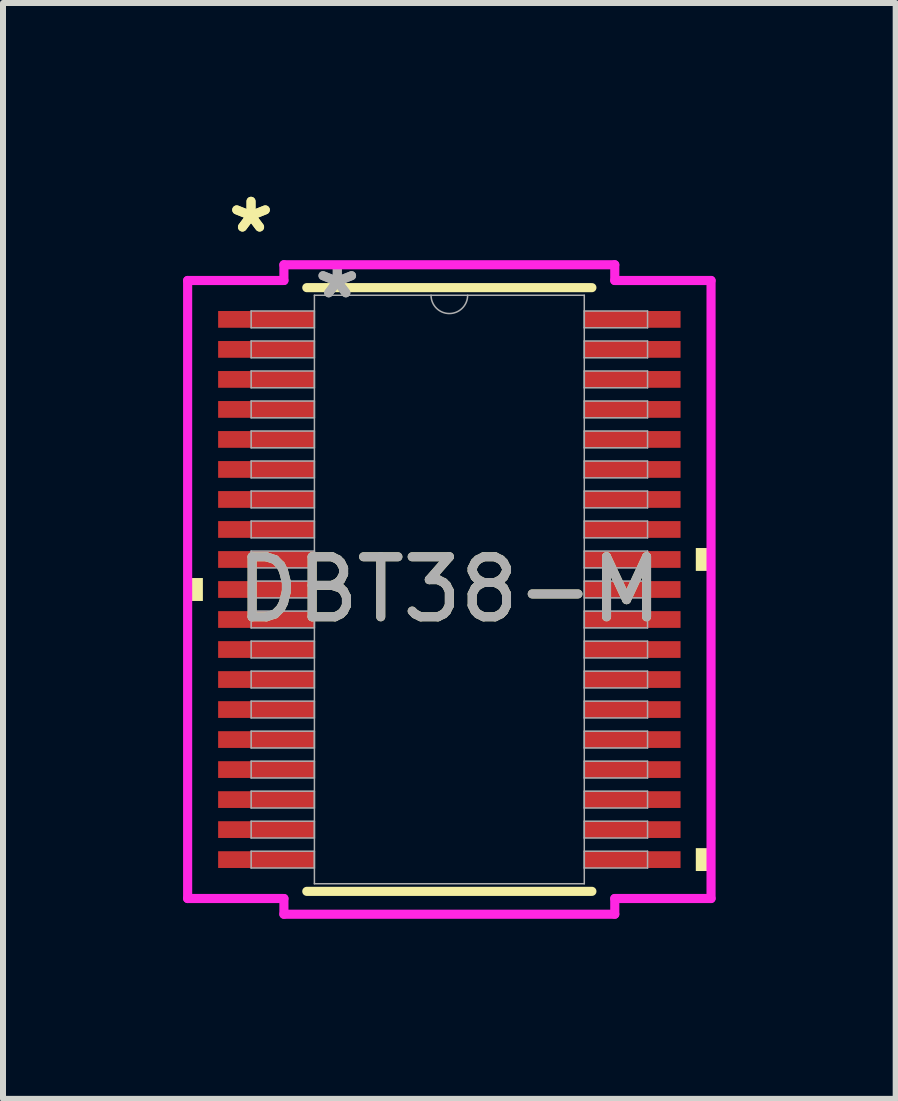
<source format=kicad_pcb>
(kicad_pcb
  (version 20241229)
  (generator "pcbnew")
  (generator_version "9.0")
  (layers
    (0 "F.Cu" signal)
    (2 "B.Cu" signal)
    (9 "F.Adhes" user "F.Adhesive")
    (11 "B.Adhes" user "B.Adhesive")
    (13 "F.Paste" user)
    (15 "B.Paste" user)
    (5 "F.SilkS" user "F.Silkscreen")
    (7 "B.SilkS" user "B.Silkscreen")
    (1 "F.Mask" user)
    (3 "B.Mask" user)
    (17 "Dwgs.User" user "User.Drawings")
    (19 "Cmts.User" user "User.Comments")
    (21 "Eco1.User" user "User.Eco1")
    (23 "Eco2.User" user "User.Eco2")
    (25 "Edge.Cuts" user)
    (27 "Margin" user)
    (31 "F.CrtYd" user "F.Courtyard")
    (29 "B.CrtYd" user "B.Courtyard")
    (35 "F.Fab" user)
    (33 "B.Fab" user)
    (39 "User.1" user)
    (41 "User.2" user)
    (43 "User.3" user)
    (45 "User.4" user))
  (footprint "DBT38-M"
    (layer "F.Cu")
    (at 4.436 6.771)
    (property "Reference" "DBT38-M" (at 0 0 0) (unlocked yes) (layer "F.SilkS") (effects (font (size 1 1) (thickness 0.15))))
    (attr smd)
    (fp_line (start -2.375 5.029) (end 2.375 5.029) (stroke (width 0.152) (type solid)) (layer "F.SilkS"))
    (fp_line (start 2.375 -5.029) (end -2.375 -5.029) (stroke (width 0.152) (type solid)) (layer "F.SilkS"))
    (fp_poly (pts (xy -4.36 -0.191) (xy -4.36 0.191) (xy -4.106 0.191) (xy -4.106 -0.191)) (stroke (width 0) (type solid)) (fill yes) (layer "F.SilkS"))
    (fp_poly (pts (xy 4.36 -0.691) (xy 4.36 -0.31) (xy 4.106 -0.31) (xy 4.106 -0.691)) (stroke (width 0) (type solid)) (fill yes) (layer "F.SilkS"))
    (fp_poly (pts (xy 4.36 4.309) (xy 4.36 4.69) (xy 4.106 4.69) (xy 4.106 4.309)) (stroke (width 0) (type solid)) (fill yes) (layer "F.SilkS"))
    (fp_line (start -4.36 -5.148) (end -2.756 -5.148) (stroke (width 0.152) (type solid)) (layer "F.CrtYd"))
    (fp_line (start -4.36 5.148) (end -4.36 -5.148) (stroke (width 0.152) (type solid)) (layer "F.CrtYd"))
    (fp_line (start -4.36 5.148) (end -2.756 5.148) (stroke (width 0.152) (type solid)) (layer "F.CrtYd"))
    (fp_line (start -2.756 -5.41) (end 2.756 -5.41) (stroke (width 0.152) (type solid)) (layer "F.CrtYd"))
    (fp_line (start -2.756 -5.148) (end -2.756 -5.41) (stroke (width 0.152) (type solid)) (layer "F.CrtYd"))
    (fp_line (start -2.756 5.41) (end -2.756 5.148) (stroke (width 0.152) (type solid)) (layer "F.CrtYd"))
    (fp_line (start 2.756 -5.41) (end 2.756 -5.148) (stroke (width 0.152) (type solid)) (layer "F.CrtYd"))
    (fp_line (start 2.756 5.148) (end 2.756 5.41) (stroke (width 0.152) (type solid)) (layer "F.CrtYd"))
    (fp_line (start 2.756 5.41) (end -2.756 5.41) (stroke (width 0.152) (type solid)) (layer "F.CrtYd"))
    (fp_line (start 4.36 -5.148) (end 2.756 -5.148) (stroke (width 0.152) (type solid)) (layer "F.CrtYd"))
    (fp_line (start 4.36 -5.148) (end 4.36 5.148) (stroke (width 0.152) (type solid)) (layer "F.CrtYd"))
    (fp_line (start 4.36 5.148) (end 2.756 5.148) (stroke (width 0.152) (type solid)) (layer "F.CrtYd"))
    (fp_line (start -3.302 -4.64) (end -3.302 -4.36) (stroke (width 0.025) (type solid)) (layer "F.Fab"))
    (fp_line (start -3.302 -4.36) (end -2.248 -4.36) (stroke (width 0.025) (type solid)) (layer "F.Fab"))
    (fp_line (start -3.302 -4.14) (end -3.302 -3.86) (stroke (width 0.025) (type solid)) (layer "F.Fab"))
    (fp_line (start -3.302 -3.86) (end -2.248 -3.86) (stroke (width 0.025) (type solid)) (layer "F.Fab"))
    (fp_line (start -3.302 -3.64) (end -3.302 -3.36) (stroke (width 0.025) (type solid)) (layer "F.Fab"))
    (fp_line (start -3.302 -3.36) (end -2.248 -3.36) (stroke (width 0.025) (type solid)) (layer "F.Fab"))
    (fp_line (start -3.302 -3.14) (end -3.302 -2.86) (stroke (width 0.025) (type solid)) (layer "F.Fab"))
    (fp_line (start -3.302 -2.86) (end -2.248 -2.86) (stroke (width 0.025) (type solid)) (layer "F.Fab"))
    (fp_line (start -3.302 -2.64) (end -3.302 -2.36) (stroke (width 0.025) (type solid)) (layer "F.Fab"))
    (fp_line (start -3.302 -2.36) (end -2.248 -2.36) (stroke (width 0.025) (type solid)) (layer "F.Fab"))
    (fp_line (start -3.302 -2.14) (end -3.302 -1.86) (stroke (width 0.025) (type solid)) (layer "F.Fab"))
    (fp_line (start -3.302 -1.86) (end -2.248 -1.86) (stroke (width 0.025) (type solid)) (layer "F.Fab"))
    (fp_line (start -3.302 -1.64) (end -3.302 -1.36) (stroke (width 0.025) (type solid)) (layer "F.Fab"))
    (fp_line (start -3.302 -1.36) (end -2.248 -1.36) (stroke (width 0.025) (type solid)) (layer "F.Fab"))
    (fp_line (start -3.302 -1.14) (end -3.302 -0.86) (stroke (width 0.025) (type solid)) (layer "F.Fab"))
    (fp_line (start -3.302 -0.86) (end -2.248 -0.86) (stroke (width 0.025) (type solid)) (layer "F.Fab"))
    (fp_line (start -3.302 -0.64) (end -3.302 -0.36) (stroke (width 0.025) (type solid)) (layer "F.Fab"))
    (fp_line (start -3.302 -0.36) (end -2.248 -0.36) (stroke (width 0.025) (type solid)) (layer "F.Fab"))
    (fp_line (start -3.302 -0.14) (end -3.302 0.14) (stroke (width 0.025) (type solid)) (layer "F.Fab"))
    (fp_line (start -3.302 0.14) (end -2.248 0.14) (stroke (width 0.025) (type solid)) (layer "F.Fab"))
    (fp_line (start -3.302 0.36) (end -3.302 0.64) (stroke (width 0.025) (type solid)) (layer "F.Fab"))
    (fp_line (start -3.302 0.64) (end -2.248 0.64) (stroke (width 0.025) (type solid)) (layer "F.Fab"))
    (fp_line (start -3.302 0.86) (end -3.302 1.14) (stroke (width 0.025) (type solid)) (layer "F.Fab"))
    (fp_line (start -3.302 1.14) (end -2.248 1.14) (stroke (width 0.025) (type solid)) (layer "F.Fab"))
    (fp_line (start -3.302 1.36) (end -3.302 1.64) (stroke (width 0.025) (type solid)) (layer "F.Fab"))
    (fp_line (start -3.302 1.64) (end -2.248 1.64) (stroke (width 0.025) (type solid)) (layer "F.Fab"))
    (fp_line (start -3.302 1.86) (end -3.302 2.14) (stroke (width 0.025) (type solid)) (layer "F.Fab"))
    (fp_line (start -3.302 2.14) (end -2.248 2.14) (stroke (width 0.025) (type solid)) (layer "F.Fab"))
    (fp_line (start -3.302 2.36) (end -3.302 2.64) (stroke (width 0.025) (type solid)) (layer "F.Fab"))
    (fp_line (start -3.302 2.64) (end -2.248 2.64) (stroke (width 0.025) (type solid)) (layer "F.Fab"))
    (fp_line (start -3.302 2.86) (end -3.302 3.14) (stroke (width 0.025) (type solid)) (layer "F.Fab"))
    (fp_line (start -3.302 3.14) (end -2.248 3.14) (stroke (width 0.025) (type solid)) (layer "F.Fab"))
    (fp_line (start -3.302 3.36) (end -3.302 3.64) (stroke (width 0.025) (type solid)) (layer "F.Fab"))
    (fp_line (start -3.302 3.64) (end -2.248 3.64) (stroke (width 0.025) (type solid)) (layer "F.Fab"))
    (fp_line (start -3.302 3.86) (end -3.302 4.14) (stroke (width 0.025) (type solid)) (layer "F.Fab"))
    (fp_line (start -3.302 4.14) (end -2.248 4.14) (stroke (width 0.025) (type solid)) (layer "F.Fab"))
    (fp_line (start -3.302 4.36) (end -3.302 4.64) (stroke (width 0.025) (type solid)) (layer "F.Fab"))
    (fp_line (start -3.302 4.64) (end -2.248 4.64) (stroke (width 0.025) (type solid)) (layer "F.Fab"))
    (fp_line (start -2.248 -4.902) (end -2.248 4.902) (stroke (width 0.025) (type solid)) (layer "F.Fab"))
    (fp_line (start -2.248 -4.64) (end -3.302 -4.64) (stroke (width 0.025) (type solid)) (layer "F.Fab"))
    (fp_line (start -2.248 -4.36) (end -2.248 -4.64) (stroke (width 0.025) (type solid)) (layer "F.Fab"))
    (fp_line (start -2.248 -4.14) (end -3.302 -4.14) (stroke (width 0.025) (type solid)) (layer "F.Fab"))
    (fp_line (start -2.248 -3.86) (end -2.248 -4.14) (stroke (width 0.025) (type solid)) (layer "F.Fab"))
    (fp_line (start -2.248 -3.64) (end -3.302 -3.64) (stroke (width 0.025) (type solid)) (layer "F.Fab"))
    (fp_line (start -2.248 -3.36) (end -2.248 -3.64) (stroke (width 0.025) (type solid)) (layer "F.Fab"))
    (fp_line (start -2.248 -3.14) (end -3.302 -3.14) (stroke (width 0.025) (type solid)) (layer "F.Fab"))
    (fp_line (start -2.248 -2.86) (end -2.248 -3.14) (stroke (width 0.025) (type solid)) (layer "F.Fab"))
    (fp_line (start -2.248 -2.64) (end -3.302 -2.64) (stroke (width 0.025) (type solid)) (layer "F.Fab"))
    (fp_line (start -2.248 -2.36) (end -2.248 -2.64) (stroke (width 0.025) (type solid)) (layer "F.Fab"))
    (fp_line (start -2.248 -2.14) (end -3.302 -2.14) (stroke (width 0.025) (type solid)) (layer "F.Fab"))
    (fp_line (start -2.248 -1.86) (end -2.248 -2.14) (stroke (width 0.025) (type solid)) (layer "F.Fab"))
    (fp_line (start -2.248 -1.64) (end -3.302 -1.64) (stroke (width 0.025) (type solid)) (layer "F.Fab"))
    (fp_line (start -2.248 -1.36) (end -2.248 -1.64) (stroke (width 0.025) (type solid)) (layer "F.Fab"))
    (fp_line (start -2.248 -1.14) (end -3.302 -1.14) (stroke (width 0.025) (type solid)) (layer "F.Fab"))
    (fp_line (start -2.248 -0.86) (end -2.248 -1.14) (stroke (width 0.025) (type solid)) (layer "F.Fab"))
    (fp_line (start -2.248 -0.64) (end -3.302 -0.64) (stroke (width 0.025) (type solid)) (layer "F.Fab"))
    (fp_line (start -2.248 -0.36) (end -2.248 -0.64) (stroke (width 0.025) (type solid)) (layer "F.Fab"))
    (fp_line (start -2.248 -0.14) (end -3.302 -0.14) (stroke (width 0.025) (type solid)) (layer "F.Fab"))
    (fp_line (start -2.248 0.14) (end -2.248 -0.14) (stroke (width 0.025) (type solid)) (layer "F.Fab"))
    (fp_line (start -2.248 0.36) (end -3.302 0.36) (stroke (width 0.025) (type solid)) (layer "F.Fab"))
    (fp_line (start -2.248 0.64) (end -2.248 0.36) (stroke (width 0.025) (type solid)) (layer "F.Fab"))
    (fp_line (start -2.248 0.86) (end -3.302 0.86) (stroke (width 0.025) (type solid)) (layer "F.Fab"))
    (fp_line (start -2.248 1.14) (end -2.248 0.86) (stroke (width 0.025) (type solid)) (layer "F.Fab"))
    (fp_line (start -2.248 1.36) (end -3.302 1.36) (stroke (width 0.025) (type solid)) (layer "F.Fab"))
    (fp_line (start -2.248 1.64) (end -2.248 1.36) (stroke (width 0.025) (type solid)) (layer "F.Fab"))
    (fp_line (start -2.248 1.86) (end -3.302 1.86) (stroke (width 0.025) (type solid)) (layer "F.Fab"))
    (fp_line (start -2.248 2.14) (end -2.248 1.86) (stroke (width 0.025) (type solid)) (layer "F.Fab"))
    (fp_line (start -2.248 2.36) (end -3.302 2.36) (stroke (width 0.025) (type solid)) (layer "F.Fab"))
    (fp_line (start -2.248 2.64) (end -2.248 2.36) (stroke (width 0.025) (type solid)) (layer "F.Fab"))
    (fp_line (start -2.248 2.86) (end -3.302 2.86) (stroke (width 0.025) (type solid)) (layer "F.Fab"))
    (fp_line (start -2.248 3.14) (end -2.248 2.86) (stroke (width 0.025) (type solid)) (layer "F.Fab"))
    (fp_line (start -2.248 3.36) (end -3.302 3.36) (stroke (width 0.025) (type solid)) (layer "F.Fab"))
    (fp_line (start -2.248 3.64) (end -2.248 3.36) (stroke (width 0.025) (type solid)) (layer "F.Fab"))
    (fp_line (start -2.248 3.86) (end -3.302 3.86) (stroke (width 0.025) (type solid)) (layer "F.Fab"))
    (fp_line (start -2.248 4.14) (end -2.248 3.86) (stroke (width 0.025) (type solid)) (layer "F.Fab"))
    (fp_line (start -2.248 4.36) (end -3.302 4.36) (stroke (width 0.025) (type solid)) (layer "F.Fab"))
    (fp_line (start -2.248 4.64) (end -2.248 4.36) (stroke (width 0.025) (type solid)) (layer "F.Fab"))
    (fp_line (start -2.248 4.902) (end 2.248 4.902) (stroke (width 0.025) (type solid)) (layer "F.Fab"))
    (fp_line (start 2.248 -4.902) (end -2.248 -4.902) (stroke (width 0.025) (type solid)) (layer "F.Fab"))
    (fp_line (start 2.248 -4.64) (end 2.248 -4.36) (stroke (width 0.025) (type solid)) (layer "F.Fab"))
    (fp_line (start 2.248 -4.36) (end 3.302 -4.36) (stroke (width 0.025) (type solid)) (layer "F.Fab"))
    (fp_line (start 2.248 -4.14) (end 2.248 -3.86) (stroke (width 0.025) (type solid)) (layer "F.Fab"))
    (fp_line (start 2.248 -3.86) (end 3.302 -3.86) (stroke (width 0.025) (type solid)) (layer "F.Fab"))
    (fp_line (start 2.248 -3.64) (end 2.248 -3.36) (stroke (width 0.025) (type solid)) (layer "F.Fab"))
    (fp_line (start 2.248 -3.36) (end 3.302 -3.36) (stroke (width 0.025) (type solid)) (layer "F.Fab"))
    (fp_line (start 2.248 -3.14) (end 2.248 -2.86) (stroke (width 0.025) (type solid)) (layer "F.Fab"))
    (fp_line (start 2.248 -2.86) (end 3.302 -2.86) (stroke (width 0.025) (type solid)) (layer "F.Fab"))
    (fp_line (start 2.248 -2.64) (end 2.248 -2.36) (stroke (width 0.025) (type solid)) (layer "F.Fab"))
    (fp_line (start 2.248 -2.36) (end 3.302 -2.36) (stroke (width 0.025) (type solid)) (layer "F.Fab"))
    (fp_line (start 2.248 -2.14) (end 2.248 -1.86) (stroke (width 0.025) (type solid)) (layer "F.Fab"))
    (fp_line (start 2.248 -1.86) (end 3.302 -1.86) (stroke (width 0.025) (type solid)) (layer "F.Fab"))
    (fp_line (start 2.248 -1.64) (end 2.248 -1.36) (stroke (width 0.025) (type solid)) (layer "F.Fab"))
    (fp_line (start 2.248 -1.36) (end 3.302 -1.36) (stroke (width 0.025) (type solid)) (layer "F.Fab"))
    (fp_line (start 2.248 -1.14) (end 2.248 -0.86) (stroke (width 0.025) (type solid)) (layer "F.Fab"))
    (fp_line (start 2.248 -0.86) (end 3.302 -0.86) (stroke (width 0.025) (type solid)) (layer "F.Fab"))
    (fp_line (start 2.248 -0.64) (end 2.248 -0.36) (stroke (width 0.025) (type solid)) (layer "F.Fab"))
    (fp_line (start 2.248 -0.36) (end 3.302 -0.36) (stroke (width 0.025) (type solid)) (layer "F.Fab"))
    (fp_line (start 2.248 -0.14) (end 2.248 0.14) (stroke (width 0.025) (type solid)) (layer "F.Fab"))
    (fp_line (start 2.248 0.14) (end 3.302 0.14) (stroke (width 0.025) (type solid)) (layer "F.Fab"))
    (fp_line (start 2.248 0.36) (end 2.248 0.64) (stroke (width 0.025) (type solid)) (layer "F.Fab"))
    (fp_line (start 2.248 0.64) (end 3.302 0.64) (stroke (width 0.025) (type solid)) (layer "F.Fab"))
    (fp_line (start 2.248 0.86) (end 2.248 1.14) (stroke (width 0.025) (type solid)) (layer "F.Fab"))
    (fp_line (start 2.248 1.14) (end 3.302 1.14) (stroke (width 0.025) (type solid)) (layer "F.Fab"))
    (fp_line (start 2.248 1.36) (end 2.248 1.64) (stroke (width 0.025) (type solid)) (layer "F.Fab"))
    (fp_line (start 2.248 1.64) (end 3.302 1.64) (stroke (width 0.025) (type solid)) (layer "F.Fab"))
    (fp_line (start 2.248 1.86) (end 2.248 2.14) (stroke (width 0.025) (type solid)) (layer "F.Fab"))
    (fp_line (start 2.248 2.14) (end 3.302 2.14) (stroke (width 0.025) (type solid)) (layer "F.Fab"))
    (fp_line (start 2.248 2.36) (end 2.248 2.64) (stroke (width 0.025) (type solid)) (layer "F.Fab"))
    (fp_line (start 2.248 2.64) (end 3.302 2.64) (stroke (width 0.025) (type solid)) (layer "F.Fab"))
    (fp_line (start 2.248 2.86) (end 2.248 3.14) (stroke (width 0.025) (type solid)) (layer "F.Fab"))
    (fp_line (start 2.248 3.14) (end 3.302 3.14) (stroke (width 0.025) (type solid)) (layer "F.Fab"))
    (fp_line (start 2.248 3.36) (end 2.248 3.64) (stroke (width 0.025) (type solid)) (layer "F.Fab"))
    (fp_line (start 2.248 3.64) (end 3.302 3.64) (stroke (width 0.025) (type solid)) (layer "F.Fab"))
    (fp_line (start 2.248 3.86) (end 2.248 4.14) (stroke (width 0.025) (type solid)) (layer "F.Fab"))
    (fp_line (start 2.248 4.14) (end 3.302 4.14) (stroke (width 0.025) (type solid)) (layer "F.Fab"))
    (fp_line (start 2.248 4.36) (end 2.248 4.64) (stroke (width 0.025) (type solid)) (layer "F.Fab"))
    (fp_line (start 2.248 4.64) (end 3.302 4.64) (stroke (width 0.025) (type solid)) (layer "F.Fab"))
    (fp_line (start 2.248 4.902) (end 2.248 -4.902) (stroke (width 0.025) (type solid)) (layer "F.Fab"))
    (fp_line (start 3.302 -4.64) (end 2.248 -4.64) (stroke (width 0.025) (type solid)) (layer "F.Fab"))
    (fp_line (start 3.302 -4.36) (end 3.302 -4.64) (stroke (width 0.025) (type solid)) (layer "F.Fab"))
    (fp_line (start 3.302 -4.14) (end 2.248 -4.14) (stroke (width 0.025) (type solid)) (layer "F.Fab"))
    (fp_line (start 3.302 -3.86) (end 3.302 -4.14) (stroke (width 0.025) (type solid)) (layer "F.Fab"))
    (fp_line (start 3.302 -3.64) (end 2.248 -3.64) (stroke (width 0.025) (type solid)) (layer "F.Fab"))
    (fp_line (start 3.302 -3.36) (end 3.302 -3.64) (stroke (width 0.025) (type solid)) (layer "F.Fab"))
    (fp_line (start 3.302 -3.14) (end 2.248 -3.14) (stroke (width 0.025) (type solid)) (layer "F.Fab"))
    (fp_line (start 3.302 -2.86) (end 3.302 -3.14) (stroke (width 0.025) (type solid)) (layer "F.Fab"))
    (fp_line (start 3.302 -2.64) (end 2.248 -2.64) (stroke (width 0.025) (type solid)) (layer "F.Fab"))
    (fp_line (start 3.302 -2.36) (end 3.302 -2.64) (stroke (width 0.025) (type solid)) (layer "F.Fab"))
    (fp_line (start 3.302 -2.14) (end 2.248 -2.14) (stroke (width 0.025) (type solid)) (layer "F.Fab"))
    (fp_line (start 3.302 -1.86) (end 3.302 -2.14) (stroke (width 0.025) (type solid)) (layer "F.Fab"))
    (fp_line (start 3.302 -1.64) (end 2.248 -1.64) (stroke (width 0.025) (type solid)) (layer "F.Fab"))
    (fp_line (start 3.302 -1.36) (end 3.302 -1.64) (stroke (width 0.025) (type solid)) (layer "F.Fab"))
    (fp_line (start 3.302 -1.14) (end 2.248 -1.14) (stroke (width 0.025) (type solid)) (layer "F.Fab"))
    (fp_line (start 3.302 -0.86) (end 3.302 -1.14) (stroke (width 0.025) (type solid)) (layer "F.Fab"))
    (fp_line (start 3.302 -0.64) (end 2.248 -0.64) (stroke (width 0.025) (type solid)) (layer "F.Fab"))
    (fp_line (start 3.302 -0.36) (end 3.302 -0.64) (stroke (width 0.025) (type solid)) (layer "F.Fab"))
    (fp_line (start 3.302 -0.14) (end 2.248 -0.14) (stroke (width 0.025) (type solid)) (layer "F.Fab"))
    (fp_line (start 3.302 0.14) (end 3.302 -0.14) (stroke (width 0.025) (type solid)) (layer "F.Fab"))
    (fp_line (start 3.302 0.36) (end 2.248 0.36) (stroke (width 0.025) (type solid)) (layer "F.Fab"))
    (fp_line (start 3.302 0.64) (end 3.302 0.36) (stroke (width 0.025) (type solid)) (layer "F.Fab"))
    (fp_line (start 3.302 0.86) (end 2.248 0.86) (stroke (width 0.025) (type solid)) (layer "F.Fab"))
    (fp_line (start 3.302 1.14) (end 3.302 0.86) (stroke (width 0.025) (type solid)) (layer "F.Fab"))
    (fp_line (start 3.302 1.36) (end 2.248 1.36) (stroke (width 0.025) (type solid)) (layer "F.Fab"))
    (fp_line (start 3.302 1.64) (end 3.302 1.36) (stroke (width 0.025) (type solid)) (layer "F.Fab"))
    (fp_line (start 3.302 1.86) (end 2.248 1.86) (stroke (width 0.025) (type solid)) (layer "F.Fab"))
    (fp_line (start 3.302 2.14) (end 3.302 1.86) (stroke (width 0.025) (type solid)) (layer "F.Fab"))
    (fp_line (start 3.302 2.36) (end 2.248 2.36) (stroke (width 0.025) (type solid)) (layer "F.Fab"))
    (fp_line (start 3.302 2.64) (end 3.302 2.36) (stroke (width 0.025) (type solid)) (layer "F.Fab"))
    (fp_line (start 3.302 2.86) (end 2.248 2.86) (stroke (width 0.025) (type solid)) (layer "F.Fab"))
    (fp_line (start 3.302 3.14) (end 3.302 2.86) (stroke (width 0.025) (type solid)) (layer "F.Fab"))
    (fp_line (start 3.302 3.36) (end 2.248 3.36) (stroke (width 0.025) (type solid)) (layer "F.Fab"))
    (fp_line (start 3.302 3.64) (end 3.302 3.36) (stroke (width 0.025) (type solid)) (layer "F.Fab"))
    (fp_line (start 3.302 3.86) (end 2.248 3.86) (stroke (width 0.025) (type solid)) (layer "F.Fab"))
    (fp_line (start 3.302 4.14) (end 3.302 3.86) (stroke (width 0.025) (type solid)) (layer "F.Fab"))
    (fp_line (start 3.302 4.36) (end 2.248 4.36) (stroke (width 0.025) (type solid)) (layer "F.Fab"))
    (fp_line (start 3.302 4.64) (end 3.302 4.36) (stroke (width 0.025) (type solid)) (layer "F.Fab"))
    (fp_arc (start 0.3048 -4.9022) (mid 0 -4.5974) (end -0.3048 -4.9022) (stroke (width 0.0254) (type solid)) (layer "F.Fab"))
    (fp_text user "*" (at -3.304 -5.922 0) (layer "F.SilkS") (effects (font (size 1 1) (thickness 0.15))))
    (fp_text user "*" (at -3.304 -5.922 0) (unlocked yes) (layer "F.SilkS") (effects (font (size 1 1) (thickness 0.15))))
    (fp_text user "*" (at -1.867 -4.826 0) (layer "F.Fab") (effects (font (size 1 1) (thickness 0.15))))
    (fp_text user "*" (at -1.867 -4.826 0) (unlocked yes) (layer "F.Fab") (effects (font (size 1 1) (thickness 0.15))))
    (fp_text user "${REFERENCE}" (at 0 0 0) (unlocked yes) (layer "F.Fab") (effects (font (size 1 1) (thickness 0.15))))
    (pad "1" smd rect (at -3.05 -4.5) (size 1.604 0.279) (layers "F.Cu" "F.Mask" "F.Paste"))
    (pad "2" smd rect (at -3.05 -4) (size 1.604 0.279) (layers "F.Cu" "F.Mask" "F.Paste"))
    (pad "3" smd rect (at -3.05 -3.5) (size 1.604 0.279) (layers "F.Cu" "F.Mask" "F.Paste"))
    (pad "4" smd rect (at -3.05 -3) (size 1.604 0.279) (layers "F.Cu" "F.Mask" "F.Paste"))
    (pad "5" smd rect (at -3.05 -2.5) (size 1.604 0.279) (layers "F.Cu" "F.Mask" "F.Paste"))
    (pad "6" smd rect (at -3.05 -2) (size 1.604 0.279) (layers "F.Cu" "F.Mask" "F.Paste"))
    (pad "7" smd rect (at -3.05 -1.5) (size 1.604 0.279) (layers "F.Cu" "F.Mask" "F.Paste"))
    (pad "8" smd rect (at -3.05 -1) (size 1.604 0.279) (layers "F.Cu" "F.Mask" "F.Paste"))
    (pad "9" smd rect (at -3.05 -0.5) (size 1.604 0.279) (layers "F.Cu" "F.Mask" "F.Paste"))
    (pad "10" smd rect (at -3.05 0) (size 1.604 0.279) (layers "F.Cu" "F.Mask" "F.Paste"))
    (pad "11" smd rect (at -3.05 0.5) (size 1.604 0.279) (layers "F.Cu" "F.Mask" "F.Paste"))
    (pad "12" smd rect (at -3.05 1) (size 1.604 0.279) (layers "F.Cu" "F.Mask" "F.Paste"))
    (pad "13" smd rect (at -3.05 1.5) (size 1.604 0.279) (layers "F.Cu" "F.Mask" "F.Paste"))
    (pad "14" smd rect (at -3.05 2) (size 1.604 0.279) (layers "F.Cu" "F.Mask" "F.Paste"))
    (pad "15" smd rect (at -3.05 2.5) (size 1.604 0.279) (layers "F.Cu" "F.Mask" "F.Paste"))
    (pad "16" smd rect (at -3.05 3) (size 1.604 0.279) (layers "F.Cu" "F.Mask" "F.Paste"))
    (pad "17" smd rect (at -3.05 3.5) (size 1.604 0.279) (layers "F.Cu" "F.Mask" "F.Paste"))
    (pad "18" smd rect (at -3.05 4) (size 1.604 0.279) (layers "F.Cu" "F.Mask" "F.Paste"))
    (pad "19" smd rect (at -3.05 4.5) (size 1.604 0.279) (layers "F.Cu" "F.Mask" "F.Paste"))
    (pad "20" smd rect (at 3.05 4.5) (size 1.604 0.279) (layers "F.Cu" "F.Mask" "F.Paste"))
    (pad "21" smd rect (at 3.05 4) (size 1.604 0.279) (layers "F.Cu" "F.Mask" "F.Paste"))
    (pad "22" smd rect (at 3.05 3.5) (size 1.604 0.279) (layers "F.Cu" "F.Mask" "F.Paste"))
    (pad "23" smd rect (at 3.05 3) (size 1.604 0.279) (layers "F.Cu" "F.Mask" "F.Paste"))
    (pad "24" smd rect (at 3.05 2.5) (size 1.604 0.279) (layers "F.Cu" "F.Mask" "F.Paste"))
    (pad "25" smd rect (at 3.05 2) (size 1.604 0.279) (layers "F.Cu" "F.Mask" "F.Paste"))
    (pad "26" smd rect (at 3.05 1.5) (size 1.604 0.279) (layers "F.Cu" "F.Mask" "F.Paste"))
    (pad "27" smd rect (at 3.05 1) (size 1.604 0.279) (layers "F.Cu" "F.Mask" "F.Paste"))
    (pad "28" smd rect (at 3.05 0.5) (size 1.604 0.279) (layers "F.Cu" "F.Mask" "F.Paste"))
    (pad "29" smd rect (at 3.05 0) (size 1.604 0.279) (layers "F.Cu" "F.Mask" "F.Paste"))
    (pad "30" smd rect (at 3.05 -0.5) (size 1.604 0.279) (layers "F.Cu" "F.Mask" "F.Paste"))
    (pad "31" smd rect (at 3.05 -1) (size 1.604 0.279) (layers "F.Cu" "F.Mask" "F.Paste"))
    (pad "32" smd rect (at 3.05 -1.5) (size 1.604 0.279) (layers "F.Cu" "F.Mask" "F.Paste"))
    (pad "33" smd rect (at 3.05 -2) (size 1.604 0.279) (layers "F.Cu" "F.Mask" "F.Paste"))
    (pad "34" smd rect (at 3.05 -2.5) (size 1.604 0.279) (layers "F.Cu" "F.Mask" "F.Paste"))
    (pad "35" smd rect (at 3.05 -3) (size 1.604 0.279) (layers "F.Cu" "F.Mask" "F.Paste"))
    (pad "36" smd rect (at 3.05 -3.5) (size 1.604 0.279) (layers "F.Cu" "F.Mask" "F.Paste"))
    (pad "37" smd rect (at 3.05 -4) (size 1.604 0.279) (layers "F.Cu" "F.Mask" "F.Paste"))
    (pad "38" smd rect (at 3.05 -4.5) (size 1.604 0.279) (layers "F.Cu" "F.Mask" "F.Paste")))
  (gr_rect
    (start -3 -3)
    (end 11.872 15.257)
    (stroke (width 0.1) (type default))
    (fill no)
    (layer "Edge.Cuts")))
</source>
